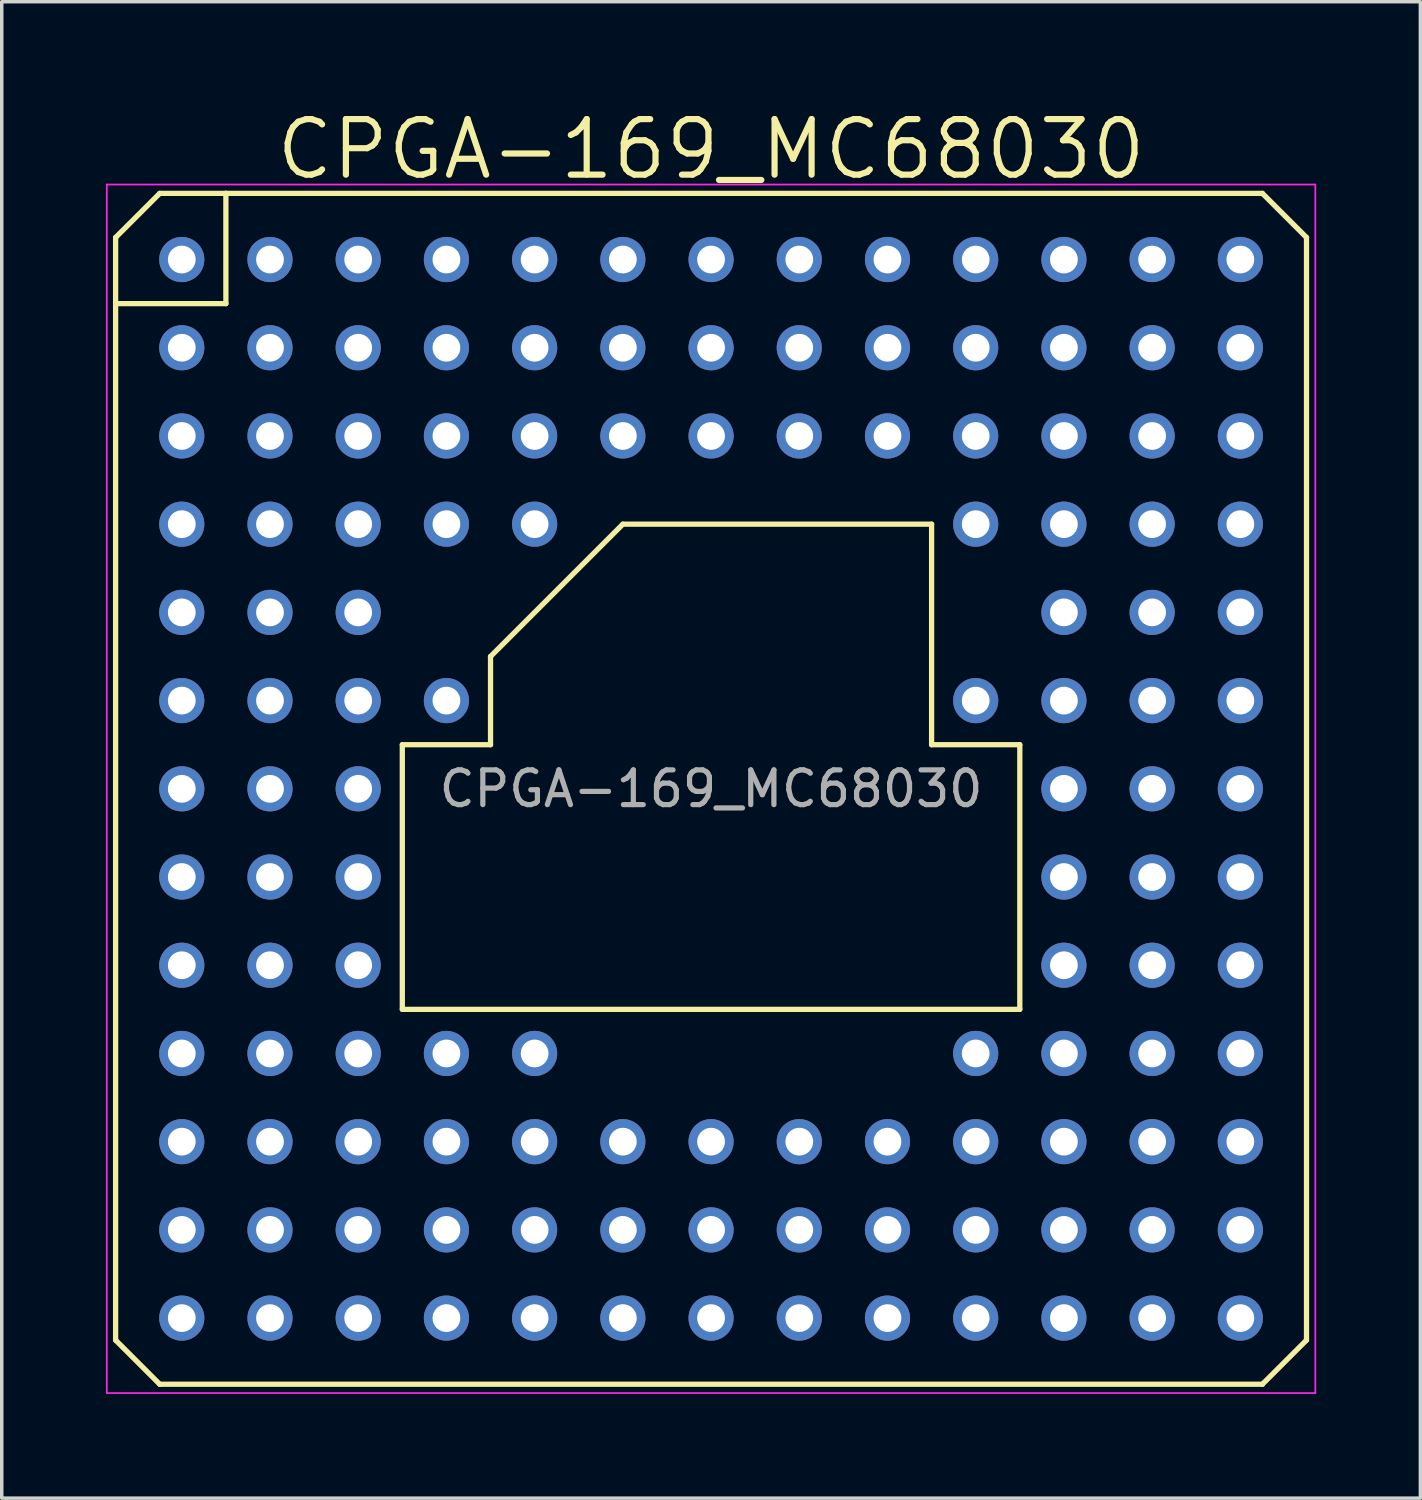
<source format=kicad_pcb>
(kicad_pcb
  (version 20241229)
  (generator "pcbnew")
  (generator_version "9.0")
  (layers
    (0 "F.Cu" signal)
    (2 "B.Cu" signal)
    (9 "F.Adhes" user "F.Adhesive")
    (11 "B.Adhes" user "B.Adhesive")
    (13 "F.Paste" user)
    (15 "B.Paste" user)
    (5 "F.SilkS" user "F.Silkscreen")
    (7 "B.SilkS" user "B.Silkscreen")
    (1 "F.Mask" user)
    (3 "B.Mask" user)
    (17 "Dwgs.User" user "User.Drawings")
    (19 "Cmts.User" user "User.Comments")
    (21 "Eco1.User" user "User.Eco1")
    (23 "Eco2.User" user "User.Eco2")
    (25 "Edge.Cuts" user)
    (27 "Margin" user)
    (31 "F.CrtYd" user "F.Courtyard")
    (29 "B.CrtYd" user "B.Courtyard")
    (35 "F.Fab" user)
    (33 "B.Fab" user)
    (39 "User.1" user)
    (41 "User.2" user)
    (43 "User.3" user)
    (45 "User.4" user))
  (footprint "CPGA-169_MC68030"
    (layer "F.Cu")
    (at 17.424 19.663)
    (property "Reference" "CPGA-169_MC68030" (at 0 -18.415 0) (layer "F.SilkS") (effects (font (size 1.6 1.6) (thickness 0.178))))
    (attr smd)
    (fp_line (start -17.145 -15.875) (end -15.875 -17.145) (stroke (width 0.152) (type solid)) (layer "F.SilkS"))
    (fp_line (start -17.145 -13.97) (end -17.145 -15.875) (stroke (width 0.152) (type solid)) (layer "F.SilkS"))
    (fp_line (start -17.145 15.875) (end -17.145 -13.97) (stroke (width 0.152) (type solid)) (layer "F.SilkS"))
    (fp_line (start -15.875 17.145) (end -17.145 15.875) (stroke (width 0.152) (type solid)) (layer "F.SilkS"))
    (fp_line (start -13.97 -17.145) (end -15.875 -17.145) (stroke (width 0.152) (type solid)) (layer "F.SilkS"))
    (fp_line (start -13.97 -17.145) (end 15.875 -17.145) (stroke (width 0.152) (type solid)) (layer "F.SilkS"))
    (fp_line (start -13.97 -13.97) (end -17.145 -13.97) (stroke (width 0.152) (type solid)) (layer "F.SilkS"))
    (fp_line (start -13.97 -13.97) (end -13.97 -17.145) (stroke (width 0.152) (type solid)) (layer "F.SilkS"))
    (fp_line (start -8.89 -1.27) (end -6.35 -1.27) (stroke (width 0.152) (type solid)) (layer "F.SilkS"))
    (fp_line (start -8.89 6.35) (end -8.89 -1.27) (stroke (width 0.152) (type solid)) (layer "F.SilkS"))
    (fp_line (start -6.35 -3.81) (end -2.54 -7.62) (stroke (width 0.152) (type solid)) (layer "F.SilkS"))
    (fp_line (start -6.35 -1.27) (end -6.35 -3.81) (stroke (width 0.152) (type solid)) (layer "F.SilkS"))
    (fp_line (start -2.54 -7.62) (end 6.35 -7.62) (stroke (width 0.152) (type solid)) (layer "F.SilkS"))
    (fp_line (start 6.35 -7.62) (end 6.35 -1.27) (stroke (width 0.152) (type solid)) (layer "F.SilkS"))
    (fp_line (start 6.35 -1.27) (end 8.89 -1.27) (stroke (width 0.152) (type solid)) (layer "F.SilkS"))
    (fp_line (start 8.89 -1.27) (end 8.89 6.35) (stroke (width 0.152) (type solid)) (layer "F.SilkS"))
    (fp_line (start 8.89 6.35) (end -8.89 6.35) (stroke (width 0.152) (type solid)) (layer "F.SilkS"))
    (fp_line (start 15.875 -17.145) (end 17.145 -15.875) (stroke (width 0.152) (type solid)) (layer "F.SilkS"))
    (fp_line (start 15.875 17.145) (end -15.875 17.145) (stroke (width 0.152) (type solid)) (layer "F.SilkS"))
    (fp_line (start 17.145 -15.875) (end 17.145 15.875) (stroke (width 0.152) (type solid)) (layer "F.SilkS"))
    (fp_line (start 17.145 15.875) (end 15.875 17.145) (stroke (width 0.152) (type solid)) (layer "F.SilkS"))
    (fp_line (start -17.399 -17.399) (end -17.399 17.399) (stroke (width 0.05) (type solid)) (layer "F.CrtYd"))
    (fp_line (start -17.399 17.399) (end 17.399 17.399) (stroke (width 0.05) (type solid)) (layer "F.CrtYd"))
    (fp_line (start 17.399 -17.399) (end -17.399 -17.399) (stroke (width 0.05) (type solid)) (layer "F.CrtYd"))
    (fp_line (start 17.399 17.399) (end 17.399 -17.399) (stroke (width 0.05) (type solid)) (layer "F.CrtYd"))
    (fp_text user "${REFERENCE}" (at 0 0 180) (layer "F.Fab") (effects (font (size 1 1) (thickness 0.15))))
    (pad "A1" thru_hole circle (at -15.24 -15.24) (size 1.3 1.3) (drill 0.8) (layers "*.Cu" "*.Mask"))
    (pad "A2" thru_hole circle (at -12.7 -15.24) (size 1.3 1.3) (drill 0.8) (layers "*.Cu" "*.Mask"))
    (pad "A3" thru_hole circle (at -10.16 -15.24) (size 1.3 1.3) (drill 0.8) (layers "*.Cu" "*.Mask"))
    (pad "A4" thru_hole circle (at -7.62 -15.24) (size 1.3 1.3) (drill 0.8) (layers "*.Cu" "*.Mask"))
    (pad "A5" thru_hole circle (at -5.08 -15.24) (size 1.3 1.3) (drill 0.8) (layers "*.Cu" "*.Mask"))
    (pad "A6" thru_hole circle (at -2.54 -15.24) (size 1.3 1.3) (drill 0.8) (layers "*.Cu" "*.Mask"))
    (pad "A7" thru_hole circle (at 0 -15.24) (size 1.3 1.3) (drill 0.8) (layers "*.Cu" "*.Mask"))
    (pad "A8" thru_hole circle (at 2.54 -15.24) (size 1.3 1.3) (drill 0.8) (layers "*.Cu" "*.Mask"))
    (pad "A9" thru_hole circle (at 5.08 -15.24) (size 1.3 1.3) (drill 0.8) (layers "*.Cu" "*.Mask"))
    (pad "A10" thru_hole circle (at 7.62 -15.24) (size 1.3 1.3) (drill 0.8) (layers "*.Cu" "*.Mask"))
    (pad "A11" thru_hole circle (at 10.16 -15.24) (size 1.3 1.3) (drill 0.8) (layers "*.Cu" "*.Mask"))
    (pad "A12" thru_hole circle (at 12.7 -15.24) (size 1.3 1.3) (drill 0.8) (layers "*.Cu" "*.Mask"))
    (pad "A13" thru_hole circle (at 15.24 -15.24) (size 1.3 1.3) (drill 0.8) (layers "*.Cu" "*.Mask"))
    (pad "B1" thru_hole circle (at -15.24 -12.7) (size 1.3 1.3) (drill 0.8) (layers "*.Cu" "*.Mask"))
    (pad "B2" thru_hole circle (at -12.7 -12.7) (size 1.3 1.3) (drill 0.8) (layers "*.Cu" "*.Mask"))
    (pad "B3" thru_hole circle (at -10.16 -12.7) (size 1.3 1.3) (drill 0.8) (layers "*.Cu" "*.Mask"))
    (pad "B4" thru_hole circle (at -7.62 -12.7) (size 1.3 1.3) (drill 0.8) (layers "*.Cu" "*.Mask"))
    (pad "B5" thru_hole circle (at -5.08 -12.7) (size 1.3 1.3) (drill 0.8) (layers "*.Cu" "*.Mask"))
    (pad "B6" thru_hole circle (at -2.54 -12.7) (size 1.3 1.3) (drill 0.8) (layers "*.Cu" "*.Mask"))
    (pad "B7" thru_hole circle (at 0 -12.7) (size 1.3 1.3) (drill 0.8) (layers "*.Cu" "*.Mask"))
    (pad "B8" thru_hole circle (at 2.54 -12.7) (size 1.3 1.3) (drill 0.8) (layers "*.Cu" "*.Mask"))
    (pad "B9" thru_hole circle (at 5.08 -12.7) (size 1.3 1.3) (drill 0.8) (layers "*.Cu" "*.Mask"))
    (pad "B10" thru_hole circle (at 7.62 -12.7) (size 1.3 1.3) (drill 0.8) (layers "*.Cu" "*.Mask"))
    (pad "B11" thru_hole circle (at 10.16 -12.7) (size 1.3 1.3) (drill 0.8) (layers "*.Cu" "*.Mask"))
    (pad "B12" thru_hole circle (at 12.7 -12.7) (size 1.3 1.3) (drill 0.8) (layers "*.Cu" "*.Mask"))
    (pad "B13" thru_hole circle (at 15.24 -12.7) (size 1.3 1.3) (drill 0.8) (layers "*.Cu" "*.Mask"))
    (pad "C1" thru_hole circle (at -15.24 -10.16) (size 1.3 1.3) (drill 0.8) (layers "*.Cu" "*.Mask"))
    (pad "C2" thru_hole circle (at -12.7 -10.16) (size 1.3 1.3) (drill 0.8) (layers "*.Cu" "*.Mask"))
    (pad "C3" thru_hole circle (at -10.16 -10.16) (size 1.3 1.3) (drill 0.8) (layers "*.Cu" "*.Mask"))
    (pad "C4" thru_hole circle (at -7.62 -10.16) (size 1.3 1.3) (drill 0.8) (layers "*.Cu" "*.Mask"))
    (pad "C5" thru_hole circle (at -5.08 -10.16) (size 1.3 1.3) (drill 0.8) (layers "*.Cu" "*.Mask"))
    (pad "C6" thru_hole circle (at -2.54 -10.16) (size 1.3 1.3) (drill 0.8) (layers "*.Cu" "*.Mask"))
    (pad "C7" thru_hole circle (at 0 -10.16) (size 1.3 1.3) (drill 0.8) (layers "*.Cu" "*.Mask"))
    (pad "C8" thru_hole circle (at 2.54 -10.16) (size 1.3 1.3) (drill 0.8) (layers "*.Cu" "*.Mask"))
    (pad "C9" thru_hole circle (at 5.08 -10.16) (size 1.3 1.3) (drill 0.8) (layers "*.Cu" "*.Mask"))
    (pad "C10" thru_hole circle (at 7.62 -10.16) (size 1.3 1.3) (drill 0.8) (layers "*.Cu" "*.Mask"))
    (pad "C11" thru_hole circle (at 10.16 -10.16) (size 1.3 1.3) (drill 0.8) (layers "*.Cu" "*.Mask"))
    (pad "C12" thru_hole circle (at 12.7 -10.16) (size 1.3 1.3) (drill 0.8) (layers "*.Cu" "*.Mask"))
    (pad "C13" thru_hole circle (at 15.24 -10.16) (size 1.3 1.3) (drill 0.8) (layers "*.Cu" "*.Mask"))
    (pad "D1" thru_hole circle (at -15.24 -7.62) (size 1.3 1.3) (drill 0.8) (layers "*.Cu" "*.Mask"))
    (pad "D2" thru_hole circle (at -12.7 -7.62) (size 1.3 1.3) (drill 0.8) (layers "*.Cu" "*.Mask"))
    (pad "D3" thru_hole circle (at -10.16 -7.62) (size 1.3 1.3) (drill 0.8) (layers "*.Cu" "*.Mask"))
    (pad "D4" thru_hole circle (at -7.62 -7.62) (size 1.3 1.3) (drill 0.8) (layers "*.Cu" "*.Mask"))
    (pad "D5" thru_hole circle (at -5.08 -7.62) (size 1.3 1.3) (drill 0.8) (layers "*.Cu" "*.Mask"))
    (pad "D10" thru_hole circle (at 7.62 -7.62) (size 1.3 1.3) (drill 0.8) (layers "*.Cu" "*.Mask"))
    (pad "D11" thru_hole circle (at 10.16 -7.62) (size 1.3 1.3) (drill 0.8) (layers "*.Cu" "*.Mask"))
    (pad "D12" thru_hole circle (at 12.7 -7.62) (size 1.3 1.3) (drill 0.8) (layers "*.Cu" "*.Mask"))
    (pad "D13" thru_hole circle (at 15.24 -7.62) (size 1.3 1.3) (drill 0.8) (layers "*.Cu" "*.Mask"))
    (pad "E1" thru_hole circle (at -15.24 -5.08) (size 1.3 1.3) (drill 0.8) (layers "*.Cu" "*.Mask"))
    (pad "E2" thru_hole circle (at -12.7 -5.08) (size 1.3 1.3) (drill 0.8) (layers "*.Cu" "*.Mask"))
    (pad "E3" thru_hole circle (at -10.16 -5.08) (size 1.3 1.3) (drill 0.8) (layers "*.Cu" "*.Mask"))
    (pad "E11" thru_hole circle (at 10.16 -5.08) (size 1.3 1.3) (drill 0.8) (layers "*.Cu" "*.Mask"))
    (pad "E12" thru_hole circle (at 12.7 -5.08) (size 1.3 1.3) (drill 0.8) (layers "*.Cu" "*.Mask"))
    (pad "E13" thru_hole circle (at 15.24 -5.08) (size 1.3 1.3) (drill 0.8) (layers "*.Cu" "*.Mask"))
    (pad "F1" thru_hole circle (at -15.24 -2.54) (size 1.3 1.3) (drill 0.8) (layers "*.Cu" "*.Mask"))
    (pad "F2" thru_hole circle (at -12.7 -2.54) (size 1.3 1.3) (drill 0.8) (layers "*.Cu" "*.Mask"))
    (pad "F3" thru_hole circle (at -10.16 -2.54) (size 1.3 1.3) (drill 0.8) (layers "*.Cu" "*.Mask"))
    (pad "F4" thru_hole circle (at -7.62 -2.54) (size 1.3 1.3) (drill 0.8) (layers "*.Cu" "*.Mask"))
    (pad "F10" thru_hole circle (at 7.62 -2.54) (size 1.3 1.3) (drill 0.8) (layers "*.Cu" "*.Mask"))
    (pad "F11" thru_hole circle (at 10.16 -2.54) (size 1.3 1.3) (drill 0.8) (layers "*.Cu" "*.Mask"))
    (pad "F12" thru_hole circle (at 12.7 -2.54) (size 1.3 1.3) (drill 0.8) (layers "*.Cu" "*.Mask"))
    (pad "F13" thru_hole circle (at 15.24 -2.54) (size 1.3 1.3) (drill 0.8) (layers "*.Cu" "*.Mask"))
    (pad "G1" thru_hole circle (at -15.24 0) (size 1.3 1.3) (drill 0.8) (layers "*.Cu" "*.Mask"))
    (pad "G2" thru_hole circle (at -12.7 0) (size 1.3 1.3) (drill 0.8) (layers "*.Cu" "*.Mask"))
    (pad "G3" thru_hole circle (at -10.16 0) (size 1.3 1.3) (drill 0.8) (layers "*.Cu" "*.Mask"))
    (pad "G11" thru_hole circle (at 10.16 0) (size 1.3 1.3) (drill 0.8) (layers "*.Cu" "*.Mask"))
    (pad "G12" thru_hole circle (at 12.7 0) (size 1.3 1.3) (drill 0.8) (layers "*.Cu" "*.Mask"))
    (pad "G13" thru_hole circle (at 15.24 0) (size 1.3 1.3) (drill 0.8) (layers "*.Cu" "*.Mask"))
    (pad "H1" thru_hole circle (at -15.24 2.54) (size 1.3 1.3) (drill 0.8) (layers "*.Cu" "*.Mask"))
    (pad "H2" thru_hole circle (at -12.7 2.54) (size 1.3 1.3) (drill 0.8) (layers "*.Cu" "*.Mask"))
    (pad "H3" thru_hole circle (at -10.16 2.54) (size 1.3 1.3) (drill 0.8) (layers "*.Cu" "*.Mask"))
    (pad "H11" thru_hole circle (at 10.16 2.54) (size 1.3 1.3) (drill 0.8) (layers "*.Cu" "*.Mask"))
    (pad "H12" thru_hole circle (at 12.7 2.54) (size 1.3 1.3) (drill 0.8) (layers "*.Cu" "*.Mask"))
    (pad "H13" thru_hole circle (at 15.24 2.54) (size 1.3 1.3) (drill 0.8) (layers "*.Cu" "*.Mask"))
    (pad "J1" thru_hole circle (at -15.24 5.08) (size 1.3 1.3) (drill 0.8) (layers "*.Cu" "*.Mask"))
    (pad "J2" thru_hole circle (at -12.7 5.08) (size 1.3 1.3) (drill 0.8) (layers "*.Cu" "*.Mask"))
    (pad "J3" thru_hole circle (at -10.16 5.08) (size 1.3 1.3) (drill 0.8) (layers "*.Cu" "*.Mask"))
    (pad "J11" thru_hole circle (at 10.16 5.08) (size 1.3 1.3) (drill 0.8) (layers "*.Cu" "*.Mask"))
    (pad "J12" thru_hole circle (at 12.7 5.08) (size 1.3 1.3) (drill 0.8) (layers "*.Cu" "*.Mask"))
    (pad "J13" thru_hole circle (at 15.24 5.08) (size 1.3 1.3) (drill 0.8) (layers "*.Cu" "*.Mask"))
    (pad "K1" thru_hole circle (at -15.24 7.62) (size 1.3 1.3) (drill 0.8) (layers "*.Cu" "*.Mask"))
    (pad "K2" thru_hole circle (at -12.7 7.62) (size 1.3 1.3) (drill 0.8) (layers "*.Cu" "*.Mask"))
    (pad "K3" thru_hole circle (at -10.16 7.62) (size 1.3 1.3) (drill 0.8) (layers "*.Cu" "*.Mask"))
    (pad "K4" thru_hole circle (at -7.62 7.62) (size 1.3 1.3) (drill 0.8) (layers "*.Cu" "*.Mask"))
    (pad "K5" thru_hole circle (at -5.08 7.62) (size 1.3 1.3) (drill 0.8) (layers "*.Cu" "*.Mask"))
    (pad "K10" thru_hole circle (at 7.62 7.62) (size 1.3 1.3) (drill 0.8) (layers "*.Cu" "*.Mask"))
    (pad "K11" thru_hole circle (at 10.16 7.62) (size 1.3 1.3) (drill 0.8) (layers "*.Cu" "*.Mask"))
    (pad "K12" thru_hole circle (at 12.7 7.62) (size 1.3 1.3) (drill 0.8) (layers "*.Cu" "*.Mask"))
    (pad "K13" thru_hole circle (at 15.24 7.62) (size 1.3 1.3) (drill 0.8) (layers "*.Cu" "*.Mask"))
    (pad "L1" thru_hole circle (at -15.24 10.16) (size 1.3 1.3) (drill 0.8) (layers "*.Cu" "*.Mask"))
    (pad "L2" thru_hole circle (at -12.7 10.16) (size 1.3 1.3) (drill 0.8) (layers "*.Cu" "*.Mask"))
    (pad "L3" thru_hole circle (at -10.16 10.16) (size 1.3 1.3) (drill 0.8) (layers "*.Cu" "*.Mask"))
    (pad "L4" thru_hole circle (at -7.62 10.16) (size 1.3 1.3) (drill 0.8) (layers "*.Cu" "*.Mask"))
    (pad "L5" thru_hole circle (at -5.08 10.16) (size 1.3 1.3) (drill 0.8) (layers "*.Cu" "*.Mask"))
    (pad "L6" thru_hole circle (at -2.54 10.16) (size 1.3 1.3) (drill 0.8) (layers "*.Cu" "*.Mask"))
    (pad "L7" thru_hole circle (at 0 10.16) (size 1.3 1.3) (drill 0.8) (layers "*.Cu" "*.Mask"))
    (pad "L8" thru_hole circle (at 2.54 10.16) (size 1.3 1.3) (drill 0.8) (layers "*.Cu" "*.Mask"))
    (pad "L9" thru_hole circle (at 5.08 10.16) (size 1.3 1.3) (drill 0.8) (layers "*.Cu" "*.Mask"))
    (pad "L10" thru_hole circle (at 7.62 10.16) (size 1.3 1.3) (drill 0.8) (layers "*.Cu" "*.Mask"))
    (pad "L11" thru_hole circle (at 10.16 10.16) (size 1.3 1.3) (drill 0.8) (layers "*.Cu" "*.Mask"))
    (pad "L12" thru_hole circle (at 12.7 10.16) (size 1.3 1.3) (drill 0.8) (layers "*.Cu" "*.Mask"))
    (pad "L13" thru_hole circle (at 15.24 10.16) (size 1.3 1.3) (drill 0.8) (layers "*.Cu" "*.Mask"))
    (pad "M1" thru_hole circle (at -15.24 12.7) (size 1.3 1.3) (drill 0.8) (layers "*.Cu" "*.Mask"))
    (pad "M2" thru_hole circle (at -12.7 12.7) (size 1.3 1.3) (drill 0.8) (layers "*.Cu" "*.Mask"))
    (pad "M3" thru_hole circle (at -10.16 12.7) (size 1.3 1.3) (drill 0.8) (layers "*.Cu" "*.Mask"))
    (pad "M4" thru_hole circle (at -7.62 12.7) (size 1.3 1.3) (drill 0.8) (layers "*.Cu" "*.Mask"))
    (pad "M5" thru_hole circle (at -5.08 12.7) (size 1.3 1.3) (drill 0.8) (layers "*.Cu" "*.Mask"))
    (pad "M6" thru_hole circle (at -2.54 12.7) (size 1.3 1.3) (drill 0.8) (layers "*.Cu" "*.Mask"))
    (pad "M7" thru_hole circle (at 0 12.7) (size 1.3 1.3) (drill 0.8) (layers "*.Cu" "*.Mask"))
    (pad "M8" thru_hole circle (at 2.54 12.7) (size 1.3 1.3) (drill 0.8) (layers "*.Cu" "*.Mask"))
    (pad "M9" thru_hole circle (at 5.08 12.7) (size 1.3 1.3) (drill 0.8) (layers "*.Cu" "*.Mask"))
    (pad "M10" thru_hole circle (at 7.62 12.7) (size 1.3 1.3) (drill 0.8) (layers "*.Cu" "*.Mask"))
    (pad "M11" thru_hole circle (at 10.16 12.7) (size 1.3 1.3) (drill 0.8) (layers "*.Cu" "*.Mask"))
    (pad "M12" thru_hole circle (at 12.7 12.7) (size 1.3 1.3) (drill 0.8) (layers "*.Cu" "*.Mask"))
    (pad "M13" thru_hole circle (at 15.24 12.7) (size 1.3 1.3) (drill 0.8) (layers "*.Cu" "*.Mask"))
    (pad "N1" thru_hole circle (at -15.24 15.24) (size 1.3 1.3) (drill 0.8) (layers "*.Cu" "*.Mask"))
    (pad "N2" thru_hole circle (at -12.7 15.24) (size 1.3 1.3) (drill 0.8) (layers "*.Cu" "*.Mask"))
    (pad "N3" thru_hole circle (at -10.16 15.24) (size 1.3 1.3) (drill 0.8) (layers "*.Cu" "*.Mask"))
    (pad "N4" thru_hole circle (at -7.62 15.24) (size 1.3 1.3) (drill 0.8) (layers "*.Cu" "*.Mask"))
    (pad "N5" thru_hole circle (at -5.08 15.24) (size 1.3 1.3) (drill 0.8) (layers "*.Cu" "*.Mask"))
    (pad "N6" thru_hole circle (at -2.54 15.24) (size 1.3 1.3) (drill 0.8) (layers "*.Cu" "*.Mask"))
    (pad "N7" thru_hole circle (at 0 15.24) (size 1.3 1.3) (drill 0.8) (layers "*.Cu" "*.Mask"))
    (pad "N8" thru_hole circle (at 2.54 15.24) (size 1.3 1.3) (drill 0.8) (layers "*.Cu" "*.Mask"))
    (pad "N9" thru_hole circle (at 5.08 15.24) (size 1.3 1.3) (drill 0.8) (layers "*.Cu" "*.Mask"))
    (pad "N10" thru_hole circle (at 7.62 15.24) (size 1.3 1.3) (drill 0.8) (layers "*.Cu" "*.Mask"))
    (pad "N11" thru_hole circle (at 10.16 15.24) (size 1.3 1.3) (drill 0.8) (layers "*.Cu" "*.Mask"))
    (pad "N12" thru_hole circle (at 12.7 15.24) (size 1.3 1.3) (drill 0.8) (layers "*.Cu" "*.Mask"))
    (pad "N13" thru_hole circle (at 15.24 15.24) (size 1.3 1.3) (drill 0.8) (layers "*.Cu" "*.Mask")))
  (gr_rect
    (start -3 -3)
    (end 37.848 40.087)
    (stroke (width 0.1) (type default))
    (fill no)
    (layer "Edge.Cuts")))
</source>
